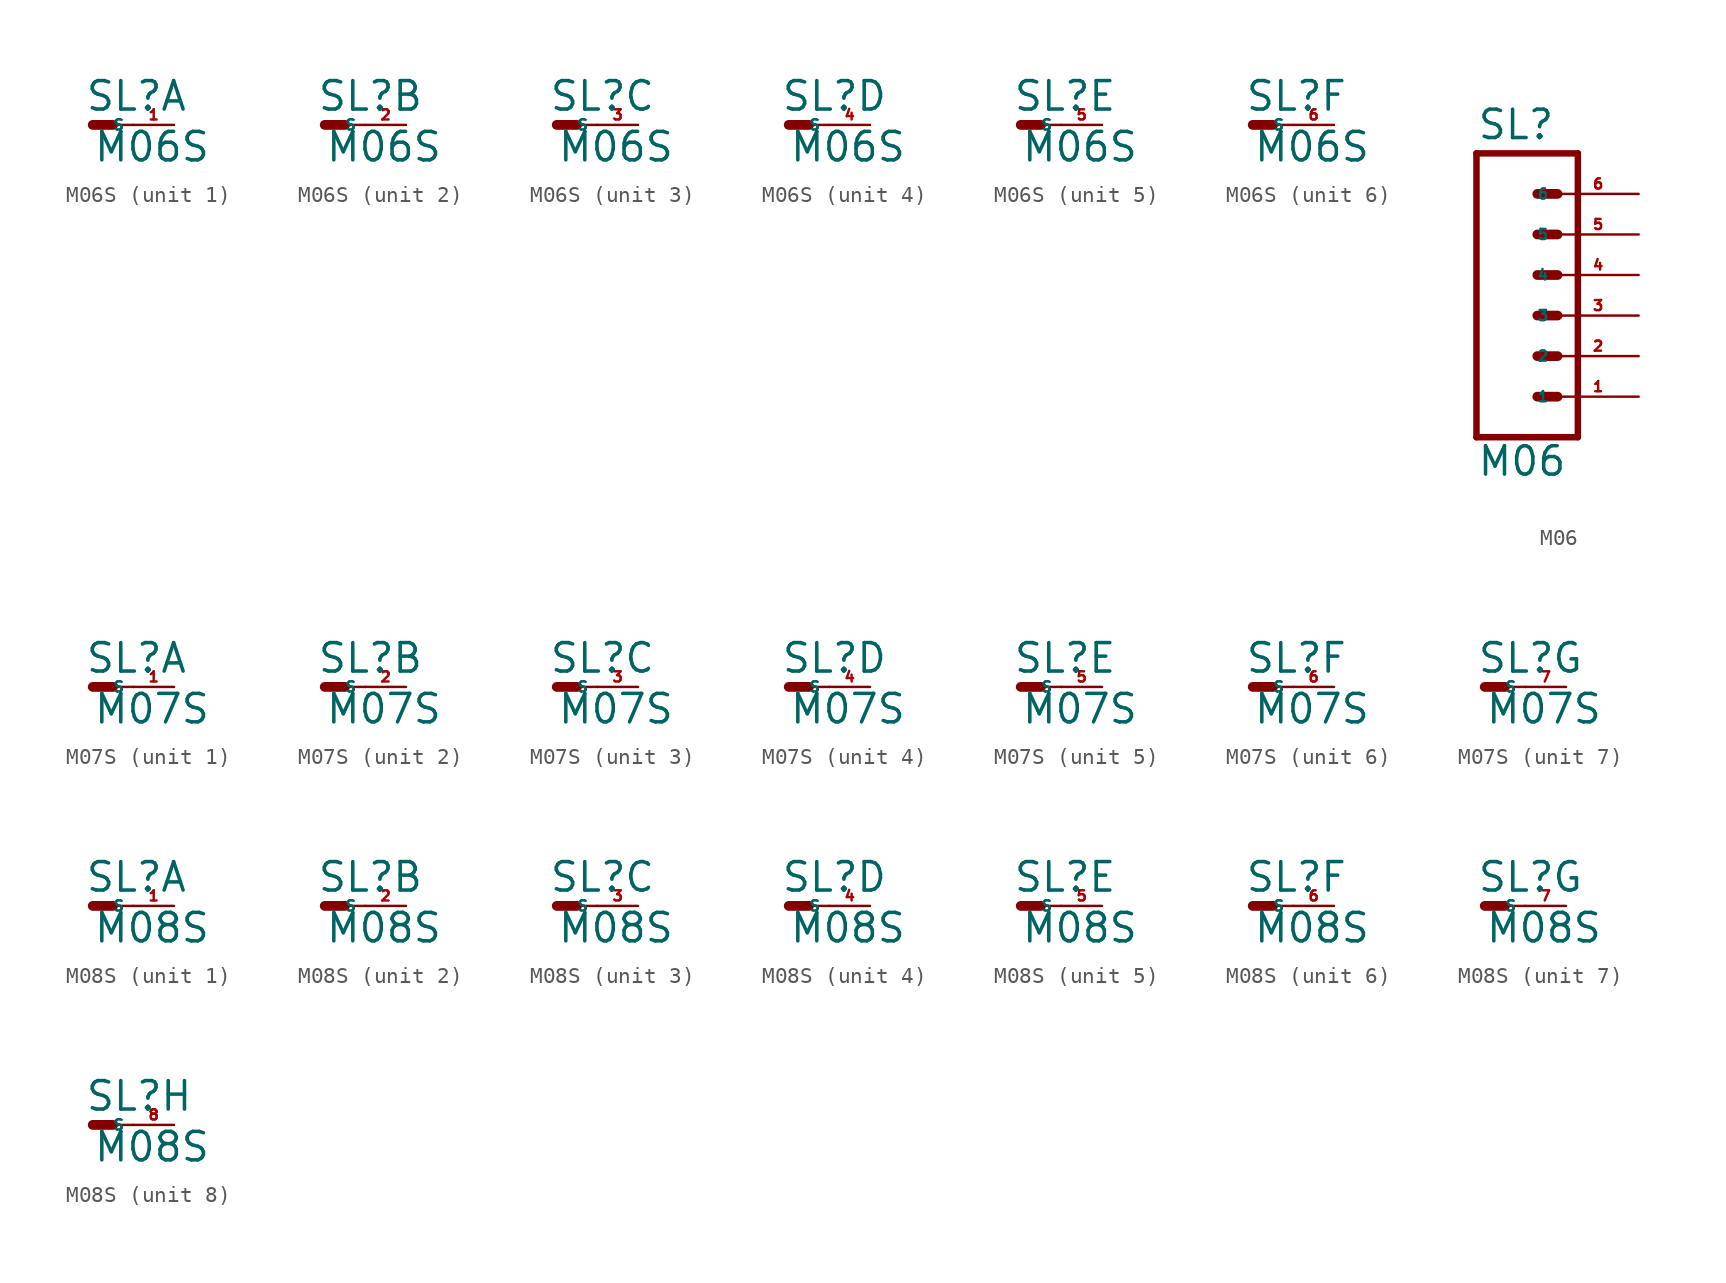
<source format=kicad_sym>
(kicad_symbol_lib
  (version 20220914)
  (generator Eagle2Kicad)
  (symbol "M06S"
    (property "Reference" "SL"
      (at -0.508 0.762 0)
      (effects (font (size 1.778 1.778) (thickness 0.22)) (justify left bottom)))
    (property "Value" "M06S"
      (at 0 -2.413 0)
      (effects (font (size 1.778 1.778) (thickness 0.22)) (justify left bottom)))
    (symbol "M06S_1_0"
      (polyline (pts (xy 0 0) (xy 1.27 0)) (stroke (width 0.61) (type default)) (fill (type none)))
      (polyline (pts (xy 1.27 0) (xy 2.54 0)) (stroke (width 0.152) (type default)) (fill (type none)))
      (pin passive line (at 5.08 0 180) (length 2.54) (name "S" (effects (font (size 0.635 0.635) (thickness 0.08)) (justify left bottom))) (number "1" (effects (font (size 0.635 0.635) (thickness 0.08)) (justify left bottom)))))
    (symbol "M06S_2_0"
      (polyline (pts (xy 0 0) (xy 1.27 0)) (stroke (width 0.61) (type default)) (fill (type none)))
      (polyline (pts (xy 1.27 0) (xy 2.54 0)) (stroke (width 0.152) (type default)) (fill (type none)))
      (pin passive line (at 5.08 0 180) (length 2.54) (name "S" (effects (font (size 0.635 0.635) (thickness 0.08)) (justify left bottom))) (number "2" (effects (font (size 0.635 0.635) (thickness 0.08)) (justify left bottom)))))
    (symbol "M06S_3_0"
      (polyline (pts (xy 0 0) (xy 1.27 0)) (stroke (width 0.61) (type default)) (fill (type none)))
      (polyline (pts (xy 1.27 0) (xy 2.54 0)) (stroke (width 0.152) (type default)) (fill (type none)))
      (pin passive line (at 5.08 0 180) (length 2.54) (name "S" (effects (font (size 0.635 0.635) (thickness 0.08)) (justify left bottom))) (number "3" (effects (font (size 0.635 0.635) (thickness 0.08)) (justify left bottom)))))
    (symbol "M06S_4_0"
      (polyline (pts (xy 0 0) (xy 1.27 0)) (stroke (width 0.61) (type default)) (fill (type none)))
      (polyline (pts (xy 1.27 0) (xy 2.54 0)) (stroke (width 0.152) (type default)) (fill (type none)))
      (pin passive line (at 5.08 0 180) (length 2.54) (name "S" (effects (font (size 0.635 0.635) (thickness 0.08)) (justify left bottom))) (number "4" (effects (font (size 0.635 0.635) (thickness 0.08)) (justify left bottom)))))
    (symbol "M06S_5_0"
      (polyline (pts (xy 0 0) (xy 1.27 0)) (stroke (width 0.61) (type default)) (fill (type none)))
      (polyline (pts (xy 1.27 0) (xy 2.54 0)) (stroke (width 0.152) (type default)) (fill (type none)))
      (pin passive line (at 5.08 0 180) (length 2.54) (name "S" (effects (font (size 0.635 0.635) (thickness 0.08)) (justify left bottom))) (number "5" (effects (font (size 0.635 0.635) (thickness 0.08)) (justify left bottom)))))
    (symbol "M06S_6_0"
      (polyline (pts (xy 0 0) (xy 1.27 0)) (stroke (width 0.61) (type default)) (fill (type none)))
      (polyline (pts (xy 1.27 0) (xy 2.54 0)) (stroke (width 0.152) (type default)) (fill (type none)))
      (pin passive line (at 5.08 0 180) (length 2.54) (name "S" (effects (font (size 0.635 0.635) (thickness 0.08)) (justify left bottom))) (number "6" (effects (font (size 0.635 0.635) (thickness 0.08)) (justify left bottom))))))
  (symbol "M06"
    (property "Reference" "SL"
      (at -5.08 10.922 0)
      (effects (font (size 1.778 1.778) (thickness 0.22)) (justify left bottom)))
    (property "Value" "M06"
      (at -5.08 -10.16 0)
      (effects (font (size 1.778 1.778) (thickness 0.22)) (justify left bottom)))
    (polyline
      (pts (xy 1.27 -7.62) (xy -5.08 -7.62))
      (stroke (width 0.406) (type default))
      (fill (type none)))
    (polyline
      (pts (xy -1.27 0) (xy 0 0))
      (stroke (width 0.61) (type default))
      (fill (type none)))
    (polyline
      (pts (xy -1.27 -2.54) (xy 0 -2.54))
      (stroke (width 0.61) (type default))
      (fill (type none)))
    (polyline
      (pts (xy -1.27 -5.08) (xy 0 -5.08))
      (stroke (width 0.61) (type default))
      (fill (type none)))
    (polyline
      (pts (xy -5.08 10.16) (xy -5.08 -7.62))
      (stroke (width 0.406) (type default))
      (fill (type none)))
    (polyline
      (pts (xy 1.27 -7.62) (xy 1.27 10.16))
      (stroke (width 0.406) (type default))
      (fill (type none)))
    (polyline
      (pts (xy -5.08 10.16) (xy 1.27 10.16))
      (stroke (width 0.406) (type default))
      (fill (type none)))
    (polyline
      (pts (xy -1.27 5.08) (xy 0 5.08))
      (stroke (width 0.61) (type default))
      (fill (type none)))
    (polyline
      (pts (xy -1.27 2.54) (xy 0 2.54))
      (stroke (width 0.61) (type default))
      (fill (type none)))
    (polyline
      (pts (xy -1.27 7.62) (xy 0 7.62))
      (stroke (width 0.61) (type default))
      (fill (type none)))
    (pin passive line
      (at 5.08 -5.08 180)
      (length 5.08)
      (name "1" (effects (font (size 0.635 0.635) (thickness 0.08)) (justify left bottom)))
      (number "1" (effects (font (size 0.635 0.635) (thickness 0.08)) (justify left bottom))))
    (pin passive line
      (at 5.08 -2.54 180)
      (length 5.08)
      (name "2" (effects (font (size 0.635 0.635) (thickness 0.08)) (justify left bottom)))
      (number "2" (effects (font (size 0.635 0.635) (thickness 0.08)) (justify left bottom))))
    (pin passive line
      (at 5.08 0 180)
      (length 5.08)
      (name "3" (effects (font (size 0.635 0.635) (thickness 0.08)) (justify left bottom)))
      (number "3" (effects (font (size 0.635 0.635) (thickness 0.08)) (justify left bottom))))
    (pin passive line
      (at 5.08 2.54 180)
      (length 5.08)
      (name "4" (effects (font (size 0.635 0.635) (thickness 0.08)) (justify left bottom)))
      (number "4" (effects (font (size 0.635 0.635) (thickness 0.08)) (justify left bottom))))
    (pin passive line
      (at 5.08 5.08 180)
      (length 5.08)
      (name "5" (effects (font (size 0.635 0.635) (thickness 0.08)) (justify left bottom)))
      (number "5" (effects (font (size 0.635 0.635) (thickness 0.08)) (justify left bottom))))
    (pin passive line
      (at 5.08 7.62 180)
      (length 5.08)
      (name "6" (effects (font (size 0.635 0.635) (thickness 0.08)) (justify left bottom)))
      (number "6" (effects (font (size 0.635 0.635) (thickness 0.08)) (justify left bottom)))))
  (symbol "M07S"
    (property "Reference" "SL"
      (at -0.508 0.762 0)
      (effects (font (size 1.778 1.778) (thickness 0.22)) (justify left bottom)))
    (property "Value" "M07S"
      (at 0 -2.413 0)
      (effects (font (size 1.778 1.778) (thickness 0.22)) (justify left bottom)))
    (symbol "M07S_1_0"
      (polyline (pts (xy 0 0) (xy 1.27 0)) (stroke (width 0.61) (type default)) (fill (type none)))
      (polyline (pts (xy 1.27 0) (xy 2.54 0)) (stroke (width 0.152) (type default)) (fill (type none)))
      (pin passive line (at 5.08 0 180) (length 2.54) (name "S" (effects (font (size 0.635 0.635) (thickness 0.08)) (justify left bottom))) (number "1" (effects (font (size 0.635 0.635) (thickness 0.08)) (justify left bottom)))))
    (symbol "M07S_2_0"
      (polyline (pts (xy 0 0) (xy 1.27 0)) (stroke (width 0.61) (type default)) (fill (type none)))
      (polyline (pts (xy 1.27 0) (xy 2.54 0)) (stroke (width 0.152) (type default)) (fill (type none)))
      (pin passive line (at 5.08 0 180) (length 2.54) (name "S" (effects (font (size 0.635 0.635) (thickness 0.08)) (justify left bottom))) (number "2" (effects (font (size 0.635 0.635) (thickness 0.08)) (justify left bottom)))))
    (symbol "M07S_3_0"
      (polyline (pts (xy 0 0) (xy 1.27 0)) (stroke (width 0.61) (type default)) (fill (type none)))
      (polyline (pts (xy 1.27 0) (xy 2.54 0)) (stroke (width 0.152) (type default)) (fill (type none)))
      (pin passive line (at 5.08 0 180) (length 2.54) (name "S" (effects (font (size 0.635 0.635) (thickness 0.08)) (justify left bottom))) (number "3" (effects (font (size 0.635 0.635) (thickness 0.08)) (justify left bottom)))))
    (symbol "M07S_4_0"
      (polyline (pts (xy 0 0) (xy 1.27 0)) (stroke (width 0.61) (type default)) (fill (type none)))
      (polyline (pts (xy 1.27 0) (xy 2.54 0)) (stroke (width 0.152) (type default)) (fill (type none)))
      (pin passive line (at 5.08 0 180) (length 2.54) (name "S" (effects (font (size 0.635 0.635) (thickness 0.08)) (justify left bottom))) (number "4" (effects (font (size 0.635 0.635) (thickness 0.08)) (justify left bottom)))))
    (symbol "M07S_5_0"
      (polyline (pts (xy 0 0) (xy 1.27 0)) (stroke (width 0.61) (type default)) (fill (type none)))
      (polyline (pts (xy 1.27 0) (xy 2.54 0)) (stroke (width 0.152) (type default)) (fill (type none)))
      (pin passive line (at 5.08 0 180) (length 2.54) (name "S" (effects (font (size 0.635 0.635) (thickness 0.08)) (justify left bottom))) (number "5" (effects (font (size 0.635 0.635) (thickness 0.08)) (justify left bottom)))))
    (symbol "M07S_6_0"
      (polyline (pts (xy 0 0) (xy 1.27 0)) (stroke (width 0.61) (type default)) (fill (type none)))
      (polyline (pts (xy 1.27 0) (xy 2.54 0)) (stroke (width 0.152) (type default)) (fill (type none)))
      (pin passive line (at 5.08 0 180) (length 2.54) (name "S" (effects (font (size 0.635 0.635) (thickness 0.08)) (justify left bottom))) (number "6" (effects (font (size 0.635 0.635) (thickness 0.08)) (justify left bottom)))))
    (symbol "M07S_7_0"
      (polyline (pts (xy 0 0) (xy 1.27 0)) (stroke (width 0.61) (type default)) (fill (type none)))
      (polyline (pts (xy 1.27 0) (xy 2.54 0)) (stroke (width 0.152) (type default)) (fill (type none)))
      (pin passive line (at 5.08 0 180) (length 2.54) (name "S" (effects (font (size 0.635 0.635) (thickness 0.08)) (justify left bottom))) (number "7" (effects (font (size 0.635 0.635) (thickness 0.08)) (justify left bottom))))))
  (symbol "M08S"
    (property "Reference" "SL"
      (at -0.508 0.762 0)
      (effects (font (size 1.778 1.778) (thickness 0.22)) (justify left bottom)))
    (property "Value" "M08S"
      (at 0 -2.413 0)
      (effects (font (size 1.778 1.778) (thickness 0.22)) (justify left bottom)))
    (symbol "M08S_1_0"
      (polyline (pts (xy 0 0) (xy 1.27 0)) (stroke (width 0.61) (type default)) (fill (type none)))
      (polyline (pts (xy 1.27 0) (xy 2.54 0)) (stroke (width 0.152) (type default)) (fill (type none)))
      (pin passive line (at 5.08 0 180) (length 2.54) (name "S" (effects (font (size 0.635 0.635) (thickness 0.08)) (justify left bottom))) (number "1" (effects (font (size 0.635 0.635) (thickness 0.08)) (justify left bottom)))))
    (symbol "M08S_2_0"
      (polyline (pts (xy 0 0) (xy 1.27 0)) (stroke (width 0.61) (type default)) (fill (type none)))
      (polyline (pts (xy 1.27 0) (xy 2.54 0)) (stroke (width 0.152) (type default)) (fill (type none)))
      (pin passive line (at 5.08 0 180) (length 2.54) (name "S" (effects (font (size 0.635 0.635) (thickness 0.08)) (justify left bottom))) (number "2" (effects (font (size 0.635 0.635) (thickness 0.08)) (justify left bottom)))))
    (symbol "M08S_3_0"
      (polyline (pts (xy 0 0) (xy 1.27 0)) (stroke (width 0.61) (type default)) (fill (type none)))
      (polyline (pts (xy 1.27 0) (xy 2.54 0)) (stroke (width 0.152) (type default)) (fill (type none)))
      (pin passive line (at 5.08 0 180) (length 2.54) (name "S" (effects (font (size 0.635 0.635) (thickness 0.08)) (justify left bottom))) (number "3" (effects (font (size 0.635 0.635) (thickness 0.08)) (justify left bottom)))))
    (symbol "M08S_4_0"
      (polyline (pts (xy 0 0) (xy 1.27 0)) (stroke (width 0.61) (type default)) (fill (type none)))
      (polyline (pts (xy 1.27 0) (xy 2.54 0)) (stroke (width 0.152) (type default)) (fill (type none)))
      (pin passive line (at 5.08 0 180) (length 2.54) (name "S" (effects (font (size 0.635 0.635) (thickness 0.08)) (justify left bottom))) (number "4" (effects (font (size 0.635 0.635) (thickness 0.08)) (justify left bottom)))))
    (symbol "M08S_5_0"
      (polyline (pts (xy 0 0) (xy 1.27 0)) (stroke (width 0.61) (type default)) (fill (type none)))
      (polyline (pts (xy 1.27 0) (xy 2.54 0)) (stroke (width 0.152) (type default)) (fill (type none)))
      (pin passive line (at 5.08 0 180) (length 2.54) (name "S" (effects (font (size 0.635 0.635) (thickness 0.08)) (justify left bottom))) (number "5" (effects (font (size 0.635 0.635) (thickness 0.08)) (justify left bottom)))))
    (symbol "M08S_6_0"
      (polyline (pts (xy 0 0) (xy 1.27 0)) (stroke (width 0.61) (type default)) (fill (type none)))
      (polyline (pts (xy 1.27 0) (xy 2.54 0)) (stroke (width 0.152) (type default)) (fill (type none)))
      (pin passive line (at 5.08 0 180) (length 2.54) (name "S" (effects (font (size 0.635 0.635) (thickness 0.08)) (justify left bottom))) (number "6" (effects (font (size 0.635 0.635) (thickness 0.08)) (justify left bottom)))))
    (symbol "M08S_7_0"
      (polyline (pts (xy 0 0) (xy 1.27 0)) (stroke (width 0.61) (type default)) (fill (type none)))
      (polyline (pts (xy 1.27 0) (xy 2.54 0)) (stroke (width 0.152) (type default)) (fill (type none)))
      (pin passive line (at 5.08 0 180) (length 2.54) (name "S" (effects (font (size 0.635 0.635) (thickness 0.08)) (justify left bottom))) (number "7" (effects (font (size 0.635 0.635) (thickness 0.08)) (justify left bottom)))))
    (symbol "M08S_8_0"
      (polyline (pts (xy 0 0) (xy 1.27 0)) (stroke (width 0.61) (type default)) (fill (type none)))
      (polyline (pts (xy 1.27 0) (xy 2.54 0)) (stroke (width 0.152) (type default)) (fill (type none)))
      (pin passive line (at 5.08 0 180) (length 2.54) (name "S" (effects (font (size 0.635 0.635) (thickness 0.08)) (justify left bottom))) (number "8" (effects (font (size 0.635 0.635) (thickness 0.08)) (justify left bottom)))))))
</source>
